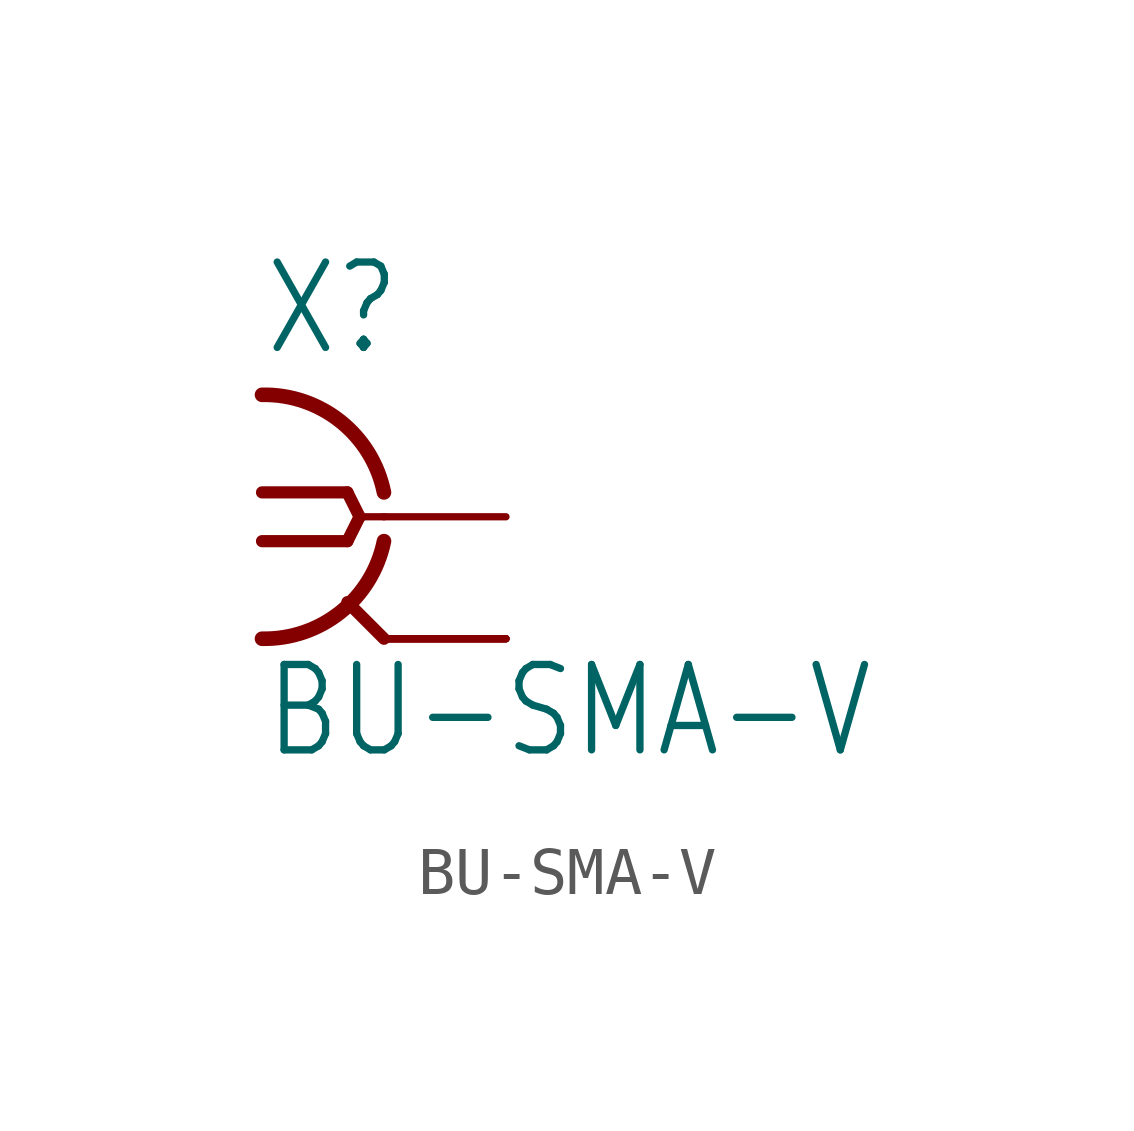
<source format=kicad_sym>
(kicad_symbol_lib
  (version 20211014)
  (generator kicad_symbol_editor)
  (symbol "BU-SMA-V"
    (property "Reference" "X"
      (at -2.54 3.302 0)
      (effects (font (size 1.778 1.511)) (justify left bottom)))
    (property "Value" "BU-SMA-V"
      (at -2.54 -5.08 0)
      (effects (font (size 1.778 1.511)) (justify left bottom)))
    (property "ki_locked" ""
      (at 0 0 0)
      (effects (font (size 1.27 1.27))))
    (symbol "BU-SMA-V_1_0"
      (arc (start -2.54 -2.54) (mid -0.9022 -1.9838) (end 0 -0.508) (stroke (width 0.3048) (type default) (color 0 0 0 0)) (fill (type none)))
      (polyline (pts (xy -2.54 0.508) (xy -0.762 0.508)) (stroke (width 0.254) (type default) (color 0 0 0 0)) (fill (type none)))
      (polyline (pts (xy -0.762 -0.508) (xy -2.54 -0.508)) (stroke (width 0.254) (type default) (color 0 0 0 0)) (fill (type none)))
      (polyline (pts (xy -0.762 0.508) (xy -0.508 0)) (stroke (width 0.254) (type default) (color 0 0 0 0)) (fill (type none)))
      (polyline (pts (xy -0.508 0) (xy -0.762 -0.508)) (stroke (width 0.254) (type default) (color 0 0 0 0)) (fill (type none)))
      (polyline (pts (xy 0 -2.54) (xy -0.762 -1.778)) (stroke (width 0.254) (type default) (color 0 0 0 0)) (fill (type none)))
      (polyline (pts (xy 0 0) (xy -0.508 0)) (stroke (width 0.152) (type default) (color 0 0 0 0)) (fill (type none)))
      (arc (start 0 0.508) (mid -0.9022 1.9838) (end -2.54 2.54) (stroke (width 0.3048) (type default) (color 0 0 0 0)) (fill (type none)))
      (pin passive line (at 2.54 0 180) (length 2.54) (name "1" (effects (font (size 0 0)))) (number "1" (effects (font (size 0 0)))))
      (pin passive line (at 2.54 -2.54 180) (length 2.54) (name "2" (effects (font (size 0 0)))) (number "2" (effects (font (size 0 0)))))
      (pin passive line (at 2.54 -2.54 180) (length 2.54) (name "2" (effects (font (size 0 0)))) (number "3" (effects (font (size 0 0)))))
      (pin passive line (at 2.54 -2.54 180) (length 2.54) (name "2" (effects (font (size 0 0)))) (number "4" (effects (font (size 0 0)))))
      (pin passive line (at 2.54 -2.54 180) (length 2.54) (name "2" (effects (font (size 0 0)))) (number "5" (effects (font (size 0 0))))))))
</source>
